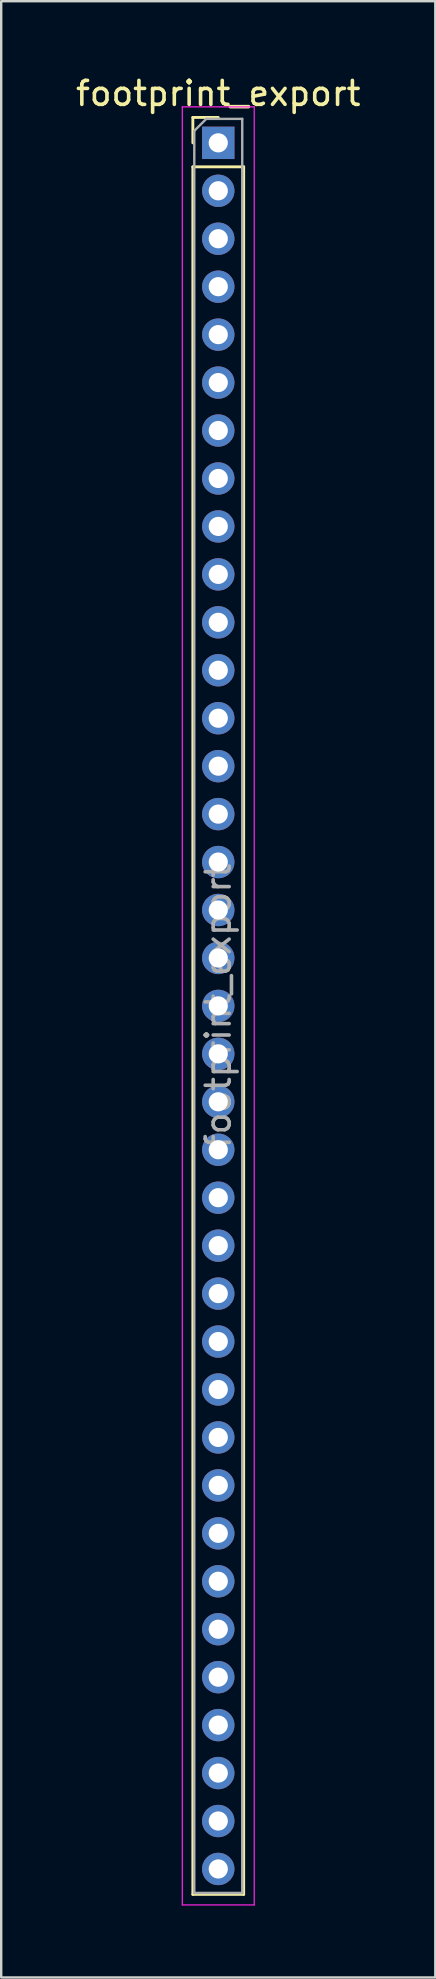
<source format=kicad_pcb>
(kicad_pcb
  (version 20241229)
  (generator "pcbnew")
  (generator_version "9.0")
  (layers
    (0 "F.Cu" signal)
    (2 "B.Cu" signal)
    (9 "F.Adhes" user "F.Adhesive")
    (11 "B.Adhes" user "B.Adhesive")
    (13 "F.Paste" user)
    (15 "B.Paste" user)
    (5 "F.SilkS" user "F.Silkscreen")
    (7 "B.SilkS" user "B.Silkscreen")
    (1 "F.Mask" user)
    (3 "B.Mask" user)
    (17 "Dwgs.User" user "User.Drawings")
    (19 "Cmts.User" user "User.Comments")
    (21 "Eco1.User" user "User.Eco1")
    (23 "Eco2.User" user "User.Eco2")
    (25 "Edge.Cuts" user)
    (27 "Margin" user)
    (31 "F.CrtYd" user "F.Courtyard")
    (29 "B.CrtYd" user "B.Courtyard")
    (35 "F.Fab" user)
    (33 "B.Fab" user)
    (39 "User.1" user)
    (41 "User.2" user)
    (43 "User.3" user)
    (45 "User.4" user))
  (footprint "footprint_export"
    (layer "F.Cu")
    (at 6.054 2.908)
    (property "Reference" "footprint_export" (at 0 -2.06 0) (layer "F.SilkS") (effects (font (size 1 1) (thickness 0.15))))
    (attr through_hole)
    (fp_line (start -1.06 -1.06) (end 0 -1.06) (stroke (width 0.12) (type solid)) (layer "F.SilkS"))
    (fp_line (start -1.06 0) (end -1.06 -1.06) (stroke (width 0.12) (type solid)) (layer "F.SilkS"))
    (fp_line (start -1.06 1) (end -1.06 73.06) (stroke (width 0.12) (type solid)) (layer "F.SilkS"))
    (fp_line (start -1.06 1) (end 1.06 1) (stroke (width 0.12) (type solid)) (layer "F.SilkS"))
    (fp_line (start -1.06 73.06) (end 1.06 73.06) (stroke (width 0.12) (type solid)) (layer "F.SilkS"))
    (fp_line (start 1.06 1) (end 1.06 73.06) (stroke (width 0.12) (type solid)) (layer "F.SilkS"))
    (fp_line (start -1.5 -1.5) (end -1.5 73.5) (stroke (width 0.05) (type solid)) (layer "F.CrtYd"))
    (fp_line (start -1.5 73.5) (end 1.5 73.5) (stroke (width 0.05) (type solid)) (layer "F.CrtYd"))
    (fp_line (start 1.5 -1.5) (end -1.5 -1.5) (stroke (width 0.05) (type solid)) (layer "F.CrtYd"))
    (fp_line (start 1.5 73.5) (end 1.5 -1.5) (stroke (width 0.05) (type solid)) (layer "F.CrtYd"))
    (fp_line (start -1 -0.5) (end -0.5 -1) (stroke (width 0.1) (type solid)) (layer "F.Fab"))
    (fp_line (start -1 73) (end -1 -0.5) (stroke (width 0.1) (type solid)) (layer "F.Fab"))
    (fp_line (start -0.5 -1) (end 1 -1) (stroke (width 0.1) (type solid)) (layer "F.Fab"))
    (fp_line (start 1 -1) (end 1 73) (stroke (width 0.1) (type solid)) (layer "F.Fab"))
    (fp_line (start 1 73) (end -1 73) (stroke (width 0.1) (type solid)) (layer "F.Fab"))
    (fp_text user "${REFERENCE}" (at 0 36 90) (layer "F.Fab") (effects (font (size 1 1) (thickness 0.15))))
    (pad "1" thru_hole rect (at 0 0) (size 1.35 1.35) (drill 0.8) (layers "*.Cu" "*.Mask"))
    (pad "2" thru_hole oval (at 0 2) (size 1.35 1.35) (drill 0.8) (layers "*.Cu" "*.Mask"))
    (pad "3" thru_hole oval (at 0 4) (size 1.35 1.35) (drill 0.8) (layers "*.Cu" "*.Mask"))
    (pad "4" thru_hole oval (at 0 6) (size 1.35 1.35) (drill 0.8) (layers "*.Cu" "*.Mask"))
    (pad "5" thru_hole oval (at 0 8) (size 1.35 1.35) (drill 0.8) (layers "*.Cu" "*.Mask"))
    (pad "6" thru_hole oval (at 0 10) (size 1.35 1.35) (drill 0.8) (layers "*.Cu" "*.Mask"))
    (pad "7" thru_hole oval (at 0 12) (size 1.35 1.35) (drill 0.8) (layers "*.Cu" "*.Mask"))
    (pad "8" thru_hole oval (at 0 14) (size 1.35 1.35) (drill 0.8) (layers "*.Cu" "*.Mask"))
    (pad "9" thru_hole oval (at 0 16) (size 1.35 1.35) (drill 0.8) (layers "*.Cu" "*.Mask"))
    (pad "10" thru_hole oval (at 0 18) (size 1.35 1.35) (drill 0.8) (layers "*.Cu" "*.Mask"))
    (pad "11" thru_hole oval (at 0 20) (size 1.35 1.35) (drill 0.8) (layers "*.Cu" "*.Mask"))
    (pad "12" thru_hole oval (at 0 22) (size 1.35 1.35) (drill 0.8) (layers "*.Cu" "*.Mask"))
    (pad "13" thru_hole oval (at 0 24) (size 1.35 1.35) (drill 0.8) (layers "*.Cu" "*.Mask"))
    (pad "14" thru_hole oval (at 0 26) (size 1.35 1.35) (drill 0.8) (layers "*.Cu" "*.Mask"))
    (pad "15" thru_hole oval (at 0 28) (size 1.35 1.35) (drill 0.8) (layers "*.Cu" "*.Mask"))
    (pad "16" thru_hole oval (at 0 30) (size 1.35 1.35) (drill 0.8) (layers "*.Cu" "*.Mask"))
    (pad "17" thru_hole oval (at 0 32) (size 1.35 1.35) (drill 0.8) (layers "*.Cu" "*.Mask"))
    (pad "18" thru_hole oval (at 0 34) (size 1.35 1.35) (drill 0.8) (layers "*.Cu" "*.Mask"))
    (pad "19" thru_hole oval (at 0 36) (size 1.35 1.35) (drill 0.8) (layers "*.Cu" "*.Mask"))
    (pad "20" thru_hole oval (at 0 38) (size 1.35 1.35) (drill 0.8) (layers "*.Cu" "*.Mask"))
    (pad "21" thru_hole oval (at 0 40) (size 1.35 1.35) (drill 0.8) (layers "*.Cu" "*.Mask"))
    (pad "22" thru_hole oval (at 0 42) (size 1.35 1.35) (drill 0.8) (layers "*.Cu" "*.Mask"))
    (pad "23" thru_hole oval (at 0 44) (size 1.35 1.35) (drill 0.8) (layers "*.Cu" "*.Mask"))
    (pad "24" thru_hole oval (at 0 46) (size 1.35 1.35) (drill 0.8) (layers "*.Cu" "*.Mask"))
    (pad "25" thru_hole oval (at 0 48) (size 1.35 1.35) (drill 0.8) (layers "*.Cu" "*.Mask"))
    (pad "26" thru_hole oval (at 0 50) (size 1.35 1.35) (drill 0.8) (layers "*.Cu" "*.Mask"))
    (pad "27" thru_hole oval (at 0 52) (size 1.35 1.35) (drill 0.8) (layers "*.Cu" "*.Mask"))
    (pad "28" thru_hole oval (at 0 54) (size 1.35 1.35) (drill 0.8) (layers "*.Cu" "*.Mask"))
    (pad "29" thru_hole oval (at 0 56) (size 1.35 1.35) (drill 0.8) (layers "*.Cu" "*.Mask"))
    (pad "30" thru_hole oval (at 0 58) (size 1.35 1.35) (drill 0.8) (layers "*.Cu" "*.Mask"))
    (pad "31" thru_hole oval (at 0 60) (size 1.35 1.35) (drill 0.8) (layers "*.Cu" "*.Mask"))
    (pad "32" thru_hole oval (at 0 62) (size 1.35 1.35) (drill 0.8) (layers "*.Cu" "*.Mask"))
    (pad "33" thru_hole oval (at 0 64) (size 1.35 1.35) (drill 0.8) (layers "*.Cu" "*.Mask"))
    (pad "34" thru_hole oval (at 0 66) (size 1.35 1.35) (drill 0.8) (layers "*.Cu" "*.Mask"))
    (pad "35" thru_hole oval (at 0 68) (size 1.35 1.35) (drill 0.8) (layers "*.Cu" "*.Mask"))
    (pad "36" thru_hole oval (at 0 70) (size 1.35 1.35) (drill 0.8) (layers "*.Cu" "*.Mask"))
    (pad "37" thru_hole oval (at 0 72) (size 1.35 1.35) (drill 0.8) (layers "*.Cu" "*.Mask")))
  (gr_rect
    (start -3 -3)
    (end 15.107 79.433)
    (stroke (width 0.1) (type default))
    (fill no)
    (layer "Edge.Cuts")))
</source>
